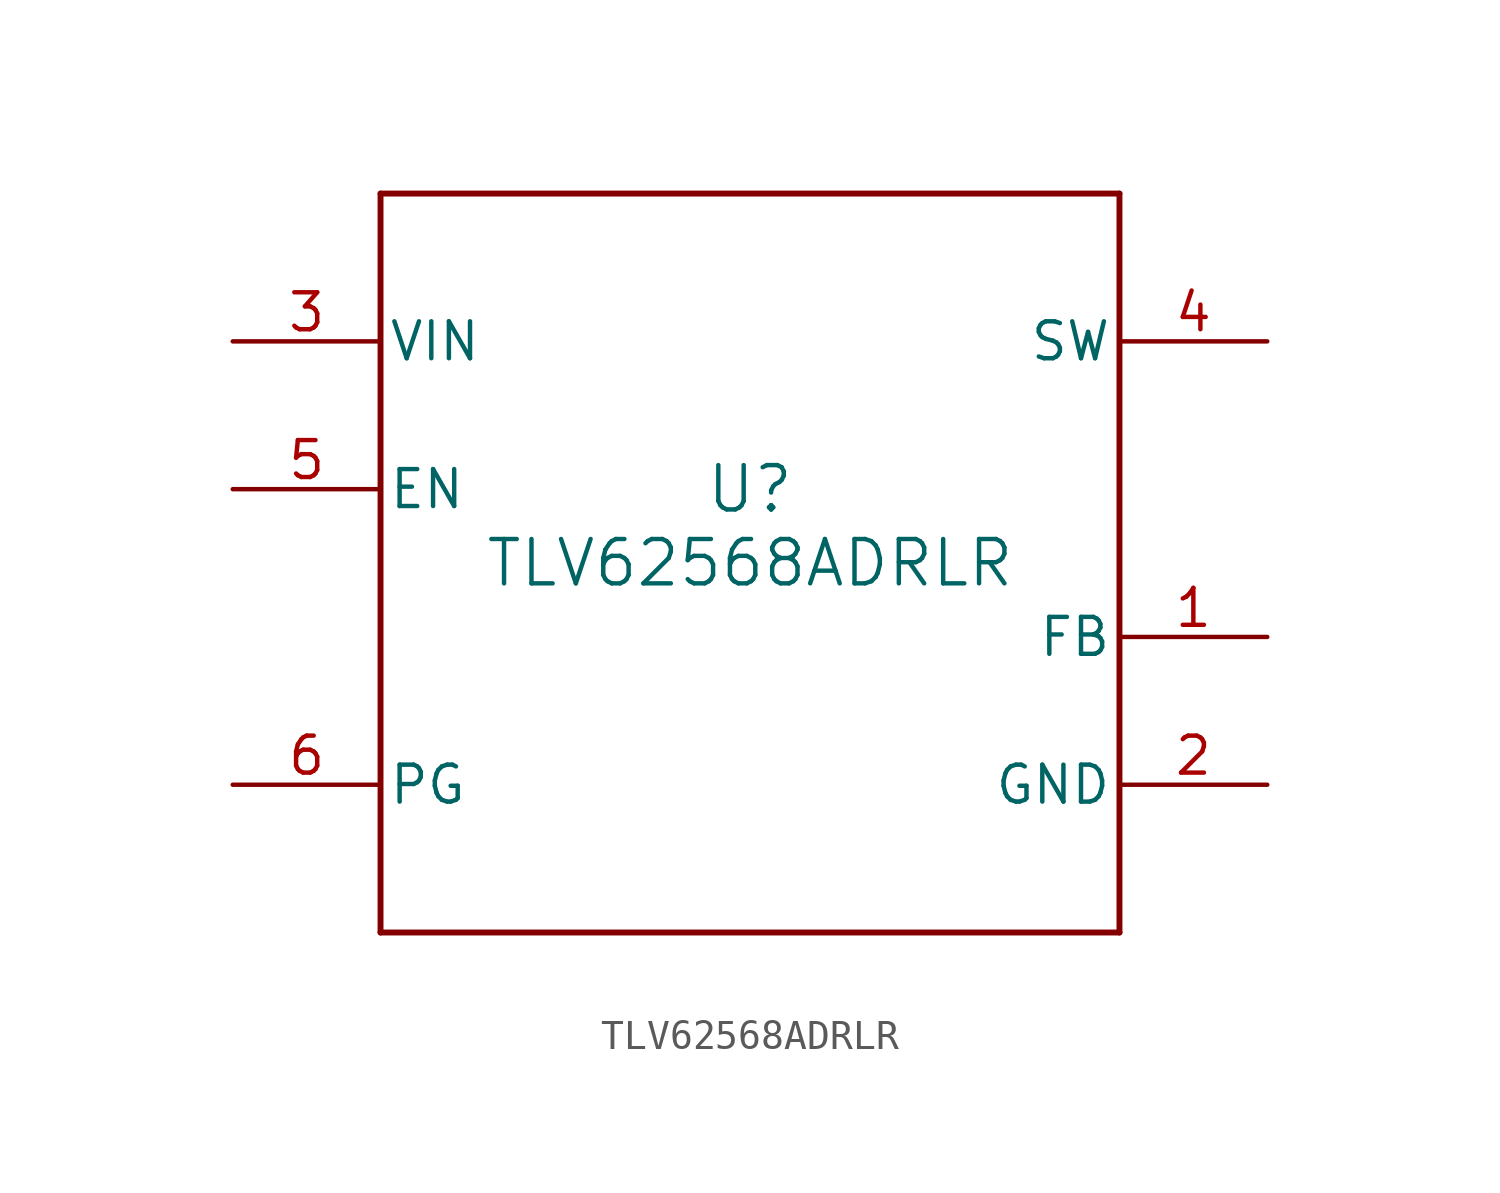
<source format=kicad_sym>
(kicad_symbol_lib
  (version 20211014)
  (generator kicad_symbol_editor)
  (symbol "TLV62568ADRLR"
    (pin_names
      (offset 0.254))
    (property "Reference" "U"
      (at 0 2.54 0)
      (effects (font (size 1.524 1.524))))
    (property "Value" "TLV62568ADRLR"
      (at 0 0 0)
      (effects (font (size 1.524 1.524))))
    (symbol "TLV62568ADRLR_0_1"
      (polyline (pts (xy -12.7 -12.7) (xy 12.7 -12.7)) (stroke (width 0.203) (type default) (color 0 0 0 0)) (fill (type none)))
      (polyline (pts (xy 12.7 -12.7) (xy 12.7 12.7)) (stroke (width 0.203) (type default) (color 0 0 0 0)) (fill (type none)))
      (polyline (pts (xy 12.7 12.7) (xy -12.7 12.7)) (stroke (width 0.203) (type default) (color 0 0 0 0)) (fill (type none)))
      (polyline (pts (xy -12.7 12.7) (xy -12.7 -12.7)) (stroke (width 0.203) (type default) (color 0 0 0 0)) (fill (type none)))
      (pin input line (at 17.78 -2.54 180) (length 5.08) (name "FB" (effects (font (size 1.27 1.27)))) (number "1" (effects (font (size 1.27 1.27)))))
      (pin power_in line (at 17.78 -7.62 180) (length 5.08) (name "GND" (effects (font (size 1.27 1.27)))) (number "2" (effects (font (size 1.27 1.27)))))
      (pin power_in line (at -17.78 7.62 0) (length 5.08) (name "VIN" (effects (font (size 1.27 1.27)))) (number "3" (effects (font (size 1.27 1.27)))))
      (pin power_in line (at 17.78 7.62 180) (length 5.08) (name "SW" (effects (font (size 1.27 1.27)))) (number "4" (effects (font (size 1.27 1.27)))))
      (pin input line (at -17.78 2.54 0) (length 5.08) (name "EN" (effects (font (size 1.27 1.27)))) (number "5" (effects (font (size 1.27 1.27)))))
      (pin open_collector line (at -17.78 -7.62 0) (length 5.08) (name "PG" (effects (font (size 1.27 1.27)))) (number "6" (effects (font (size 1.27 1.27))))))))
</source>
